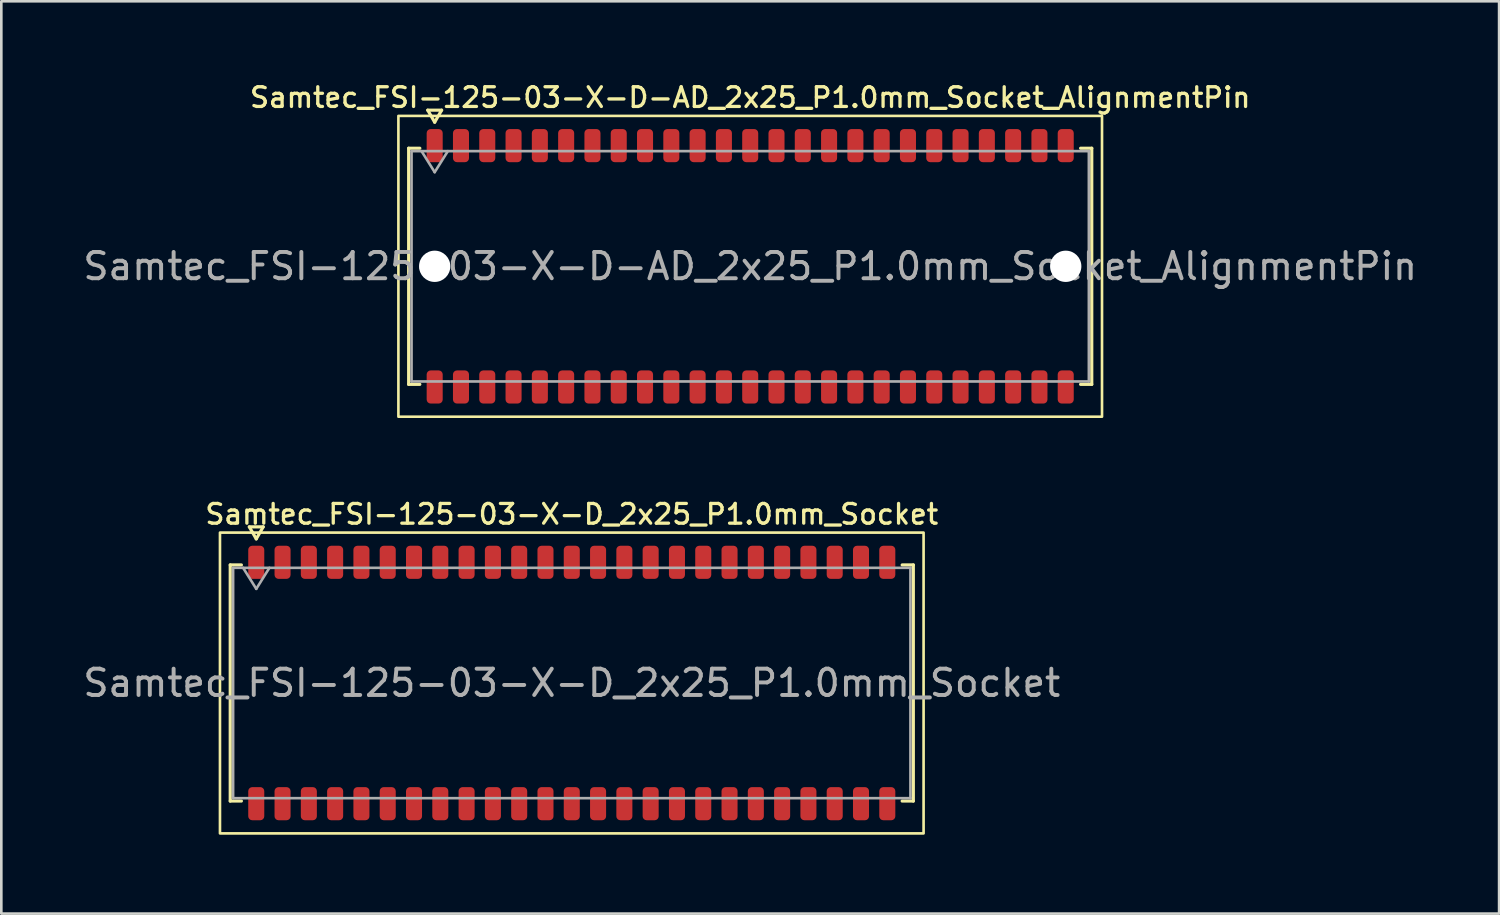
<source format=kicad_pcb>
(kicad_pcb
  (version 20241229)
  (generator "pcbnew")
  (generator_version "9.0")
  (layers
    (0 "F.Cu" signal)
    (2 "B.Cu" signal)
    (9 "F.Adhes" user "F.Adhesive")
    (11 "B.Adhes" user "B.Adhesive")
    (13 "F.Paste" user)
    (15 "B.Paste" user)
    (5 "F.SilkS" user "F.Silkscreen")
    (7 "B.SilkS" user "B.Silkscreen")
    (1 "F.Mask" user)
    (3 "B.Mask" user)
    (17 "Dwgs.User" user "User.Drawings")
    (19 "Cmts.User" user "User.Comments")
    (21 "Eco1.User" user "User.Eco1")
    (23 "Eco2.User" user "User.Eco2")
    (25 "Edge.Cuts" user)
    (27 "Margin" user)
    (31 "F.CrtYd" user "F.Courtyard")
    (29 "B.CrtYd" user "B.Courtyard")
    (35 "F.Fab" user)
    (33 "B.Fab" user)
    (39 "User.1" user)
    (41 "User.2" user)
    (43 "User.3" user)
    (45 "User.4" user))
  (footprint "Samtec_FSI-125-03-X-D_2x25_P1.0mm_Socket"
    (layer "F.Cu")
    (at 18.696 22.926)
    (property "Reference" "Samtec_FSI-125-03-X-D_2x25_P1.0mm_Socket" (at 0 -6.42 0) (layer "F.SilkS") (effects (font (size 0.75 0.75) (thickness 0.125))))
    (attr smd)
    (fp_line (start -12.99 -4.49) (end -12.565 -4.49) (stroke (width 0.12) (type solid)) (layer "F.SilkS"))
    (fp_line (start -12.99 4.49) (end -12.99 -4.49) (stroke (width 0.12) (type solid)) (layer "F.SilkS"))
    (fp_line (start -12.565 4.49) (end -12.99 4.49) (stroke (width 0.12) (type solid)) (layer "F.SilkS"))
    (fp_line (start -12.264 -5.938) (end -12 -5.48) (stroke (width 0.12) (type solid)) (layer "F.SilkS"))
    (fp_line (start -12 -5.48) (end -11.736 -5.938) (stroke (width 0.12) (type solid)) (layer "F.SilkS"))
    (fp_line (start -11.736 -5.938) (end -12.264 -5.938) (stroke (width 0.12) (type solid)) (layer "F.SilkS"))
    (fp_line (start 12.565 -4.49) (end 12.99 -4.49) (stroke (width 0.12) (type solid)) (layer "F.SilkS"))
    (fp_line (start 12.99 -4.49) (end 12.99 4.49) (stroke (width 0.12) (type solid)) (layer "F.SilkS"))
    (fp_line (start 12.99 4.49) (end 12.565 4.49) (stroke (width 0.12) (type solid)) (layer "F.SilkS"))
    (fp_rect (start -13.38 -5.72) (end 13.38 5.72) (stroke (width 0.1) (type solid)) (fill no) (layer "F.SilkS"))
    (fp_line (start -12.88 -4.38) (end 12.88 -4.38) (stroke (width 0.1) (type solid)) (layer "F.Fab"))
    (fp_line (start -12.88 4.38) (end -12.88 -4.38) (stroke (width 0.1) (type solid)) (layer "F.Fab"))
    (fp_line (start -12.5 -4.38) (end -12 -3.58) (stroke (width 0.1) (type solid)) (layer "F.Fab"))
    (fp_line (start -12 -3.58) (end -11.5 -4.38) (stroke (width 0.1) (type solid)) (layer "F.Fab"))
    (fp_line (start 12.88 -4.38) (end 12.88 4.38) (stroke (width 0.1) (type solid)) (layer "F.Fab"))
    (fp_line (start 12.88 4.38) (end -12.88 4.38) (stroke (width 0.1) (type solid)) (layer "F.Fab"))
    (fp_text user "${REFERENCE}" (at 0 0 0) (layer "F.Fab") (effects (font (size 1 1) (thickness 0.15))))
    (pad "1" smd roundrect (at -12 -4.59) (size 0.61 1.26) (layers "F.Cu" "F.Mask" "F.Paste") (roundrect_rratio 0.25))
    (pad "2" smd roundrect (at -12 4.59) (size 0.61 1.26) (layers "F.Cu" "F.Mask" "F.Paste") (roundrect_rratio 0.25))
    (pad "3" smd roundrect (at -11 -4.59) (size 0.61 1.26) (layers "F.Cu" "F.Mask" "F.Paste") (roundrect_rratio 0.25))
    (pad "4" smd roundrect (at -11 4.59) (size 0.61 1.26) (layers "F.Cu" "F.Mask" "F.Paste") (roundrect_rratio 0.25))
    (pad "5" smd roundrect (at -10 -4.59) (size 0.61 1.26) (layers "F.Cu" "F.Mask" "F.Paste") (roundrect_rratio 0.25))
    (pad "6" smd roundrect (at -10 4.59) (size 0.61 1.26) (layers "F.Cu" "F.Mask" "F.Paste") (roundrect_rratio 0.25))
    (pad "7" smd roundrect (at -9 -4.59) (size 0.61 1.26) (layers "F.Cu" "F.Mask" "F.Paste") (roundrect_rratio 0.25))
    (pad "8" smd roundrect (at -9 4.59) (size 0.61 1.26) (layers "F.Cu" "F.Mask" "F.Paste") (roundrect_rratio 0.25))
    (pad "9" smd roundrect (at -8 -4.59) (size 0.61 1.26) (layers "F.Cu" "F.Mask" "F.Paste") (roundrect_rratio 0.25))
    (pad "10" smd roundrect (at -8 4.59) (size 0.61 1.26) (layers "F.Cu" "F.Mask" "F.Paste") (roundrect_rratio 0.25))
    (pad "11" smd roundrect (at -7 -4.59) (size 0.61 1.26) (layers "F.Cu" "F.Mask" "F.Paste") (roundrect_rratio 0.25))
    (pad "12" smd roundrect (at -7 4.59) (size 0.61 1.26) (layers "F.Cu" "F.Mask" "F.Paste") (roundrect_rratio 0.25))
    (pad "13" smd roundrect (at -6 -4.59) (size 0.61 1.26) (layers "F.Cu" "F.Mask" "F.Paste") (roundrect_rratio 0.25))
    (pad "14" smd roundrect (at -6 4.59) (size 0.61 1.26) (layers "F.Cu" "F.Mask" "F.Paste") (roundrect_rratio 0.25))
    (pad "15" smd roundrect (at -5 -4.59) (size 0.61 1.26) (layers "F.Cu" "F.Mask" "F.Paste") (roundrect_rratio 0.25))
    (pad "16" smd roundrect (at -5 4.59) (size 0.61 1.26) (layers "F.Cu" "F.Mask" "F.Paste") (roundrect_rratio 0.25))
    (pad "17" smd roundrect (at -4 -4.59) (size 0.61 1.26) (layers "F.Cu" "F.Mask" "F.Paste") (roundrect_rratio 0.25))
    (pad "18" smd roundrect (at -4 4.59) (size 0.61 1.26) (layers "F.Cu" "F.Mask" "F.Paste") (roundrect_rratio 0.25))
    (pad "19" smd roundrect (at -3 -4.59) (size 0.61 1.26) (layers "F.Cu" "F.Mask" "F.Paste") (roundrect_rratio 0.25))
    (pad "20" smd roundrect (at -3 4.59) (size 0.61 1.26) (layers "F.Cu" "F.Mask" "F.Paste") (roundrect_rratio 0.25))
    (pad "21" smd roundrect (at -2 -4.59) (size 0.61 1.26) (layers "F.Cu" "F.Mask" "F.Paste") (roundrect_rratio 0.25))
    (pad "22" smd roundrect (at -2 4.59) (size 0.61 1.26) (layers "F.Cu" "F.Mask" "F.Paste") (roundrect_rratio 0.25))
    (pad "23" smd roundrect (at -1 -4.59) (size 0.61 1.26) (layers "F.Cu" "F.Mask" "F.Paste") (roundrect_rratio 0.25))
    (pad "24" smd roundrect (at -1 4.59) (size 0.61 1.26) (layers "F.Cu" "F.Mask" "F.Paste") (roundrect_rratio 0.25))
    (pad "25" smd roundrect (at 0 -4.59) (size 0.61 1.26) (layers "F.Cu" "F.Mask" "F.Paste") (roundrect_rratio 0.25))
    (pad "26" smd roundrect (at 0 4.59) (size 0.61 1.26) (layers "F.Cu" "F.Mask" "F.Paste") (roundrect_rratio 0.25))
    (pad "27" smd roundrect (at 1 -4.59) (size 0.61 1.26) (layers "F.Cu" "F.Mask" "F.Paste") (roundrect_rratio 0.25))
    (pad "28" smd roundrect (at 1 4.59) (size 0.61 1.26) (layers "F.Cu" "F.Mask" "F.Paste") (roundrect_rratio 0.25))
    (pad "29" smd roundrect (at 2 -4.59) (size 0.61 1.26) (layers "F.Cu" "F.Mask" "F.Paste") (roundrect_rratio 0.25))
    (pad "30" smd roundrect (at 2 4.59) (size 0.61 1.26) (layers "F.Cu" "F.Mask" "F.Paste") (roundrect_rratio 0.25))
    (pad "31" smd roundrect (at 3 -4.59) (size 0.61 1.26) (layers "F.Cu" "F.Mask" "F.Paste") (roundrect_rratio 0.25))
    (pad "32" smd roundrect (at 3 4.59) (size 0.61 1.26) (layers "F.Cu" "F.Mask" "F.Paste") (roundrect_rratio 0.25))
    (pad "33" smd roundrect (at 4 -4.59) (size 0.61 1.26) (layers "F.Cu" "F.Mask" "F.Paste") (roundrect_rratio 0.25))
    (pad "34" smd roundrect (at 4 4.59) (size 0.61 1.26) (layers "F.Cu" "F.Mask" "F.Paste") (roundrect_rratio 0.25))
    (pad "35" smd roundrect (at 5 -4.59) (size 0.61 1.26) (layers "F.Cu" "F.Mask" "F.Paste") (roundrect_rratio 0.25))
    (pad "36" smd roundrect (at 5 4.59) (size 0.61 1.26) (layers "F.Cu" "F.Mask" "F.Paste") (roundrect_rratio 0.25))
    (pad "37" smd roundrect (at 6 -4.59) (size 0.61 1.26) (layers "F.Cu" "F.Mask" "F.Paste") (roundrect_rratio 0.25))
    (pad "38" smd roundrect (at 6 4.59) (size 0.61 1.26) (layers "F.Cu" "F.Mask" "F.Paste") (roundrect_rratio 0.25))
    (pad "39" smd roundrect (at 7 -4.59) (size 0.61 1.26) (layers "F.Cu" "F.Mask" "F.Paste") (roundrect_rratio 0.25))
    (pad "40" smd roundrect (at 7 4.59) (size 0.61 1.26) (layers "F.Cu" "F.Mask" "F.Paste") (roundrect_rratio 0.25))
    (pad "41" smd roundrect (at 8 -4.59) (size 0.61 1.26) (layers "F.Cu" "F.Mask" "F.Paste") (roundrect_rratio 0.25))
    (pad "42" smd roundrect (at 8 4.59) (size 0.61 1.26) (layers "F.Cu" "F.Mask" "F.Paste") (roundrect_rratio 0.25))
    (pad "43" smd roundrect (at 9 -4.59) (size 0.61 1.26) (layers "F.Cu" "F.Mask" "F.Paste") (roundrect_rratio 0.25))
    (pad "44" smd roundrect (at 9 4.59) (size 0.61 1.26) (layers "F.Cu" "F.Mask" "F.Paste") (roundrect_rratio 0.25))
    (pad "45" smd roundrect (at 10 -4.59) (size 0.61 1.26) (layers "F.Cu" "F.Mask" "F.Paste") (roundrect_rratio 0.25))
    (pad "46" smd roundrect (at 10 4.59) (size 0.61 1.26) (layers "F.Cu" "F.Mask" "F.Paste") (roundrect_rratio 0.25))
    (pad "47" smd roundrect (at 11 -4.59) (size 0.61 1.26) (layers "F.Cu" "F.Mask" "F.Paste") (roundrect_rratio 0.25))
    (pad "48" smd roundrect (at 11 4.59) (size 0.61 1.26) (layers "F.Cu" "F.Mask" "F.Paste") (roundrect_rratio 0.25))
    (pad "49" smd roundrect (at 12 -4.59) (size 0.61 1.26) (layers "F.Cu" "F.Mask" "F.Paste") (roundrect_rratio 0.25))
    (pad "50" smd roundrect (at 12 4.59) (size 0.61 1.26) (layers "F.Cu" "F.Mask" "F.Paste") (roundrect_rratio 0.25)))
  (footprint "Samtec_FSI-125-03-X-D-AD_2x25_P1.0mm_Socket_AlignmentPin"
    (layer "F.Cu")
    (at 25.482 7.078)
    (property "Reference" "Samtec_FSI-125-03-X-D-AD_2x25_P1.0mm_Socket_AlignmentPin" (at 0 -6.42 0) (layer "F.SilkS") (effects (font (size 0.75 0.75) (thickness 0.125))))
    (attr smd)
    (fp_line (start -12.99 -4.49) (end -12.565 -4.49) (stroke (width 0.12) (type solid)) (layer "F.SilkS"))
    (fp_line (start -12.99 4.49) (end -12.99 -4.49) (stroke (width 0.12) (type solid)) (layer "F.SilkS"))
    (fp_line (start -12.565 4.49) (end -12.99 4.49) (stroke (width 0.12) (type solid)) (layer "F.SilkS"))
    (fp_line (start -12.264 -5.938) (end -12 -5.48) (stroke (width 0.12) (type solid)) (layer "F.SilkS"))
    (fp_line (start -12 -5.48) (end -11.736 -5.938) (stroke (width 0.12) (type solid)) (layer "F.SilkS"))
    (fp_line (start -11.736 -5.938) (end -12.264 -5.938) (stroke (width 0.12) (type solid)) (layer "F.SilkS"))
    (fp_line (start 12.565 -4.49) (end 12.99 -4.49) (stroke (width 0.12) (type solid)) (layer "F.SilkS"))
    (fp_line (start 12.99 -4.49) (end 12.99 4.49) (stroke (width 0.12) (type solid)) (layer "F.SilkS"))
    (fp_line (start 12.99 4.49) (end 12.565 4.49) (stroke (width 0.12) (type solid)) (layer "F.SilkS"))
    (fp_rect (start -13.38 -5.72) (end 13.38 5.72) (stroke (width 0.1) (type solid)) (fill no) (layer "F.SilkS"))
    (fp_line (start -12.88 -4.38) (end 12.88 -4.38) (stroke (width 0.1) (type solid)) (layer "F.Fab"))
    (fp_line (start -12.88 4.38) (end -12.88 -4.38) (stroke (width 0.1) (type solid)) (layer "F.Fab"))
    (fp_line (start -12.5 -4.38) (end -12 -3.58) (stroke (width 0.1) (type solid)) (layer "F.Fab"))
    (fp_line (start -12 -3.58) (end -11.5 -4.38) (stroke (width 0.1) (type solid)) (layer "F.Fab"))
    (fp_line (start 12.88 -4.38) (end 12.88 4.38) (stroke (width 0.1) (type solid)) (layer "F.Fab"))
    (fp_line (start 12.88 4.38) (end -12.88 4.38) (stroke (width 0.1) (type solid)) (layer "F.Fab"))
    (fp_text user "${REFERENCE}" (at 0 0 0) (layer "F.Fab") (effects (font (size 1 1) (thickness 0.15))))
    (pad "" np_thru_hole circle (at -12 0) (size 1.19 1.19) (drill 1.19) (layers "*.Cu" "*.Mask"))
    (pad "" np_thru_hole circle (at 12 0) (size 1.19 1.19) (drill 1.19) (layers "*.Cu" "*.Mask"))
    (pad "1" smd roundrect (at -12 -4.59) (size 0.61 1.26) (layers "F.Cu" "F.Mask" "F.Paste") (roundrect_rratio 0.25))
    (pad "2" smd roundrect (at -12 4.59) (size 0.61 1.26) (layers "F.Cu" "F.Mask" "F.Paste") (roundrect_rratio 0.25))
    (pad "3" smd roundrect (at -11 -4.59) (size 0.61 1.26) (layers "F.Cu" "F.Mask" "F.Paste") (roundrect_rratio 0.25))
    (pad "4" smd roundrect (at -11 4.59) (size 0.61 1.26) (layers "F.Cu" "F.Mask" "F.Paste") (roundrect_rratio 0.25))
    (pad "5" smd roundrect (at -10 -4.59) (size 0.61 1.26) (layers "F.Cu" "F.Mask" "F.Paste") (roundrect_rratio 0.25))
    (pad "6" smd roundrect (at -10 4.59) (size 0.61 1.26) (layers "F.Cu" "F.Mask" "F.Paste") (roundrect_rratio 0.25))
    (pad "7" smd roundrect (at -9 -4.59) (size 0.61 1.26) (layers "F.Cu" "F.Mask" "F.Paste") (roundrect_rratio 0.25))
    (pad "8" smd roundrect (at -9 4.59) (size 0.61 1.26) (layers "F.Cu" "F.Mask" "F.Paste") (roundrect_rratio 0.25))
    (pad "9" smd roundrect (at -8 -4.59) (size 0.61 1.26) (layers "F.Cu" "F.Mask" "F.Paste") (roundrect_rratio 0.25))
    (pad "10" smd roundrect (at -8 4.59) (size 0.61 1.26) (layers "F.Cu" "F.Mask" "F.Paste") (roundrect_rratio 0.25))
    (pad "11" smd roundrect (at -7 -4.59) (size 0.61 1.26) (layers "F.Cu" "F.Mask" "F.Paste") (roundrect_rratio 0.25))
    (pad "12" smd roundrect (at -7 4.59) (size 0.61 1.26) (layers "F.Cu" "F.Mask" "F.Paste") (roundrect_rratio 0.25))
    (pad "13" smd roundrect (at -6 -4.59) (size 0.61 1.26) (layers "F.Cu" "F.Mask" "F.Paste") (roundrect_rratio 0.25))
    (pad "14" smd roundrect (at -6 4.59) (size 0.61 1.26) (layers "F.Cu" "F.Mask" "F.Paste") (roundrect_rratio 0.25))
    (pad "15" smd roundrect (at -5 -4.59) (size 0.61 1.26) (layers "F.Cu" "F.Mask" "F.Paste") (roundrect_rratio 0.25))
    (pad "16" smd roundrect (at -5 4.59) (size 0.61 1.26) (layers "F.Cu" "F.Mask" "F.Paste") (roundrect_rratio 0.25))
    (pad "17" smd roundrect (at -4 -4.59) (size 0.61 1.26) (layers "F.Cu" "F.Mask" "F.Paste") (roundrect_rratio 0.25))
    (pad "18" smd roundrect (at -4 4.59) (size 0.61 1.26) (layers "F.Cu" "F.Mask" "F.Paste") (roundrect_rratio 0.25))
    (pad "19" smd roundrect (at -3 -4.59) (size 0.61 1.26) (layers "F.Cu" "F.Mask" "F.Paste") (roundrect_rratio 0.25))
    (pad "20" smd roundrect (at -3 4.59) (size 0.61 1.26) (layers "F.Cu" "F.Mask" "F.Paste") (roundrect_rratio 0.25))
    (pad "21" smd roundrect (at -2 -4.59) (size 0.61 1.26) (layers "F.Cu" "F.Mask" "F.Paste") (roundrect_rratio 0.25))
    (pad "22" smd roundrect (at -2 4.59) (size 0.61 1.26) (layers "F.Cu" "F.Mask" "F.Paste") (roundrect_rratio 0.25))
    (pad "23" smd roundrect (at -1 -4.59) (size 0.61 1.26) (layers "F.Cu" "F.Mask" "F.Paste") (roundrect_rratio 0.25))
    (pad "24" smd roundrect (at -1 4.59) (size 0.61 1.26) (layers "F.Cu" "F.Mask" "F.Paste") (roundrect_rratio 0.25))
    (pad "25" smd roundrect (at 0 -4.59) (size 0.61 1.26) (layers "F.Cu" "F.Mask" "F.Paste") (roundrect_rratio 0.25))
    (pad "26" smd roundrect (at 0 4.59) (size 0.61 1.26) (layers "F.Cu" "F.Mask" "F.Paste") (roundrect_rratio 0.25))
    (pad "27" smd roundrect (at 1 -4.59) (size 0.61 1.26) (layers "F.Cu" "F.Mask" "F.Paste") (roundrect_rratio 0.25))
    (pad "28" smd roundrect (at 1 4.59) (size 0.61 1.26) (layers "F.Cu" "F.Mask" "F.Paste") (roundrect_rratio 0.25))
    (pad "29" smd roundrect (at 2 -4.59) (size 0.61 1.26) (layers "F.Cu" "F.Mask" "F.Paste") (roundrect_rratio 0.25))
    (pad "30" smd roundrect (at 2 4.59) (size 0.61 1.26) (layers "F.Cu" "F.Mask" "F.Paste") (roundrect_rratio 0.25))
    (pad "31" smd roundrect (at 3 -4.59) (size 0.61 1.26) (layers "F.Cu" "F.Mask" "F.Paste") (roundrect_rratio 0.25))
    (pad "32" smd roundrect (at 3 4.59) (size 0.61 1.26) (layers "F.Cu" "F.Mask" "F.Paste") (roundrect_rratio 0.25))
    (pad "33" smd roundrect (at 4 -4.59) (size 0.61 1.26) (layers "F.Cu" "F.Mask" "F.Paste") (roundrect_rratio 0.25))
    (pad "34" smd roundrect (at 4 4.59) (size 0.61 1.26) (layers "F.Cu" "F.Mask" "F.Paste") (roundrect_rratio 0.25))
    (pad "35" smd roundrect (at 5 -4.59) (size 0.61 1.26) (layers "F.Cu" "F.Mask" "F.Paste") (roundrect_rratio 0.25))
    (pad "36" smd roundrect (at 5 4.59) (size 0.61 1.26) (layers "F.Cu" "F.Mask" "F.Paste") (roundrect_rratio 0.25))
    (pad "37" smd roundrect (at 6 -4.59) (size 0.61 1.26) (layers "F.Cu" "F.Mask" "F.Paste") (roundrect_rratio 0.25))
    (pad "38" smd roundrect (at 6 4.59) (size 0.61 1.26) (layers "F.Cu" "F.Mask" "F.Paste") (roundrect_rratio 0.25))
    (pad "39" smd roundrect (at 7 -4.59) (size 0.61 1.26) (layers "F.Cu" "F.Mask" "F.Paste") (roundrect_rratio 0.25))
    (pad "40" smd roundrect (at 7 4.59) (size 0.61 1.26) (layers "F.Cu" "F.Mask" "F.Paste") (roundrect_rratio 0.25))
    (pad "41" smd roundrect (at 8 -4.59) (size 0.61 1.26) (layers "F.Cu" "F.Mask" "F.Paste") (roundrect_rratio 0.25))
    (pad "42" smd roundrect (at 8 4.59) (size 0.61 1.26) (layers "F.Cu" "F.Mask" "F.Paste") (roundrect_rratio 0.25))
    (pad "43" smd roundrect (at 9 -4.59) (size 0.61 1.26) (layers "F.Cu" "F.Mask" "F.Paste") (roundrect_rratio 0.25))
    (pad "44" smd roundrect (at 9 4.59) (size 0.61 1.26) (layers "F.Cu" "F.Mask" "F.Paste") (roundrect_rratio 0.25))
    (pad "45" smd roundrect (at 10 -4.59) (size 0.61 1.26) (layers "F.Cu" "F.Mask" "F.Paste") (roundrect_rratio 0.25))
    (pad "46" smd roundrect (at 10 4.59) (size 0.61 1.26) (layers "F.Cu" "F.Mask" "F.Paste") (roundrect_rratio 0.25))
    (pad "47" smd roundrect (at 11 -4.59) (size 0.61 1.26) (layers "F.Cu" "F.Mask" "F.Paste") (roundrect_rratio 0.25))
    (pad "48" smd roundrect (at 11 4.59) (size 0.61 1.26) (layers "F.Cu" "F.Mask" "F.Paste") (roundrect_rratio 0.25))
    (pad "49" smd roundrect (at 12 -4.59) (size 0.61 1.26) (layers "F.Cu" "F.Mask" "F.Paste") (roundrect_rratio 0.25))
    (pad "50" smd roundrect (at 12 4.59) (size 0.61 1.26) (layers "F.Cu" "F.Mask" "F.Paste") (roundrect_rratio 0.25)))
  (gr_rect
    (start -3 -3)
    (end 53.964 31.696)
    (stroke (width 0.1) (type default))
    (fill no)
    (layer "Edge.Cuts")))
</source>
